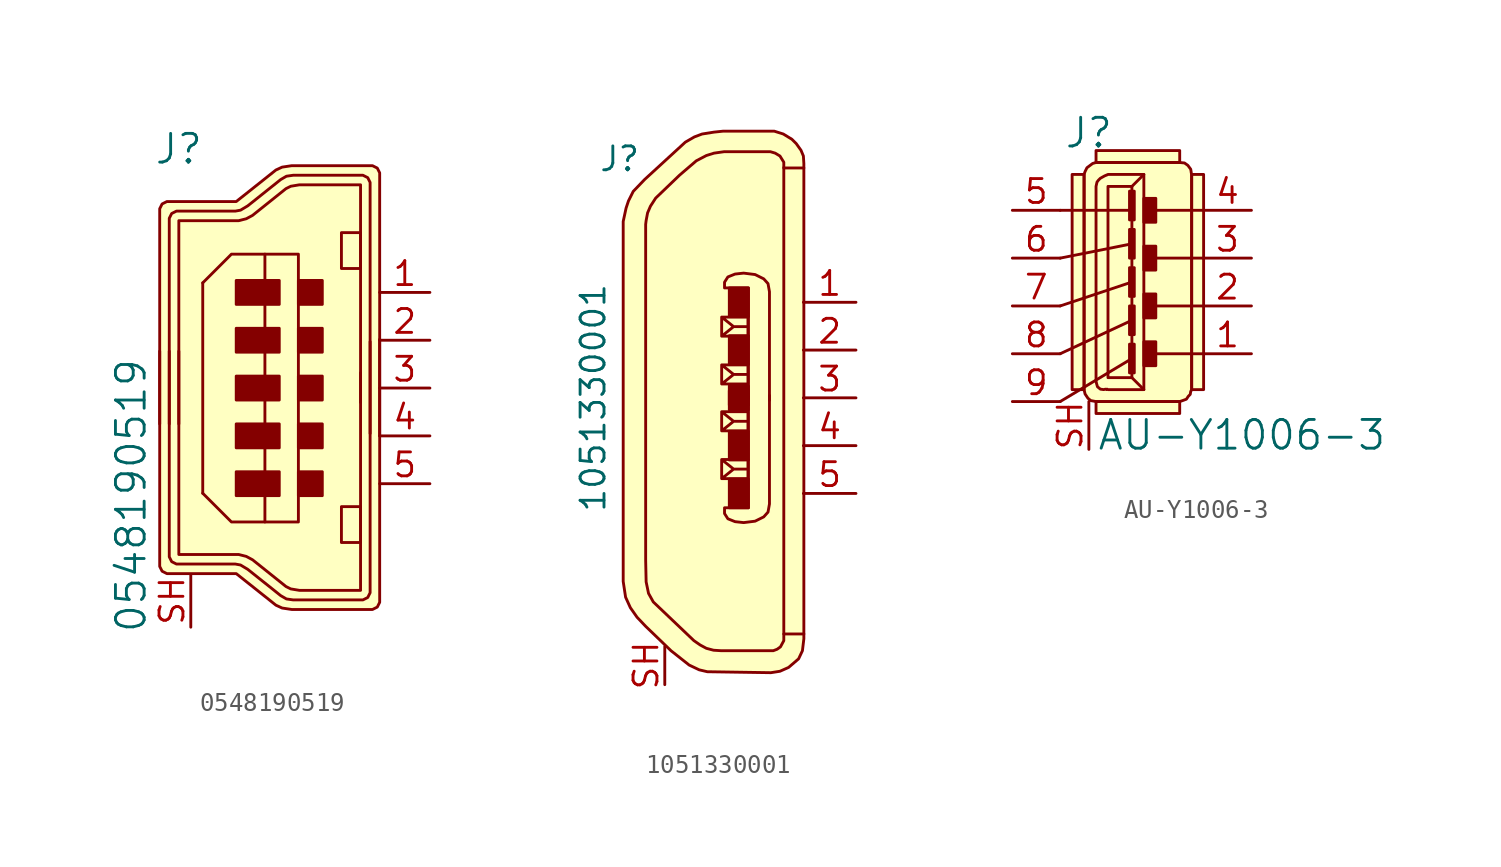
<source format=kicad_sym>
(kicad_symbol_lib
  (version 20201005)
  (generator kicad_symbol_editor)
  (symbol "0548190519"
    (pin_names
      (offset 1.016))
    (property "Reference" "J"
      (at -5.715 12.7 0)
      (effects (font (size 1.524 1.524))))
    (property "Value" "0548190519"
      (at -8.255 -5.715 90)
      (effects (font (size 1.524 1.524))))
    (symbol "0548190519_0_1"
      (rectangle (start -0.381 -5.715) (end -2.667 -4.445) (stroke (width 0)) (fill (type outline)))
      (rectangle (start -0.381 -3.175) (end -2.667 -1.905) (stroke (width 0)) (fill (type outline)))
      (rectangle (start -0.381 -0.635) (end -2.667 0.635) (stroke (width 0)) (fill (type outline)))
      (rectangle (start -0.381 1.905) (end -2.667 3.175) (stroke (width 0)) (fill (type outline)))
      (rectangle (start -0.381 4.445) (end -2.667 5.715) (stroke (width 0)) (fill (type outline)))
      (rectangle (start 0.635 -7.112) (end -1.143 7.112) (stroke (width 0)) (fill (type none)))
      (rectangle (start 1.905 -4.445) (end 0.635 -5.715) (stroke (width 0)) (fill (type outline)))
      (rectangle (start 1.905 -1.905) (end 0.635 -3.175) (stroke (width 0)) (fill (type outline)))
      (rectangle (start 1.905 0.635) (end 0.635 -0.635) (stroke (width 0)) (fill (type outline)))
      (rectangle (start 1.905 3.175) (end 0.635 1.905) (stroke (width 0)) (fill (type outline)))
      (rectangle (start 1.905 5.715) (end 0.635 4.445) (stroke (width 0)) (fill (type outline)))
      (rectangle (start 2.921 -8.204) (end 3.937 -6.299) (stroke (width 0)) (fill (type none)))
      (rectangle (start 2.921 8.255) (end 3.937 6.35) (stroke (width 0)) (fill (type none)))
      (polyline (pts (xy -4.445 5.588) (xy -4.445 -5.588)) (stroke (width 0)) (fill (type none)))
      (polyline (pts (xy -4.445 -5.588) (xy -2.921 -7.112) (xy -1.143 -7.112)) (stroke (width 0)) (fill (type none)))
      (polyline (pts (xy -4.445 5.588) (xy -2.921 7.112) (xy -1.143 7.112)) (stroke (width 0)) (fill (type none)))
      (polyline (pts (xy 3.937 -0.762) (xy 3.937 10.795) (xy 0.686 10.795) (xy 0.229 10.719) (xy -0.025 10.592) (xy -1.803 9.169) (xy -2.134 8.992) (xy -2.54 8.89) (xy -5.715 8.89) (xy -5.715 -1.905)) (stroke (width 0)) (fill (type none)))
      (polyline (pts (xy 3.937 0.813) (xy 3.937 -10.744) (xy 0.686 -10.744) (xy 0.229 -10.668) (xy -0.025 -10.541) (xy -1.803 -9.119) (xy -2.134 -8.941) (xy -2.54 -8.839) (xy -5.715 -8.839) (xy -5.715 1.956)) (stroke (width 0)) (fill (type none)))
      (polyline (pts (xy 4.953 -2.54) (xy 4.953 11.176) (xy 4.953 11.43) (xy 4.826 11.684) (xy 4.572 11.811) (xy 4.318 11.811) (xy 0.279 11.811) (xy -0.229 11.735) (xy -0.559 11.582) (xy -2.667 9.906) (xy -6.096 9.906) (xy -6.35 9.906) (xy -6.604 9.779) (xy -6.731 9.525) (xy -6.731 9.271) (xy -6.731 -1.905)) (stroke (width 0)) (fill (type background)))
      (polyline (pts (xy 4.953 2.591) (xy 4.953 -11.125) (xy 4.953 -11.379) (xy 4.826 -11.633) (xy 4.572 -11.76) (xy 4.318 -11.76) (xy 0.279 -11.76) (xy -0.229 -11.684) (xy -0.559 -11.532) (xy -2.667 -9.855) (xy -6.096 -9.855) (xy -6.35 -9.855) (xy -6.604 -9.728) (xy -6.731 -9.474) (xy -6.731 -9.22) (xy -6.731 1.956)) (stroke (width 0)) (fill (type background)))
      (polyline (pts (xy 4.445 -2.413) (xy 4.445 10.668) (xy 4.445 10.922) (xy 4.318 11.176) (xy 4.064 11.303) (xy 3.81 11.303) (xy 0.356 11.303) (xy 0 11.252) (xy -0.305 11.074) (xy -2.057 9.677) (xy -2.438 9.449) (xy -2.718 9.398) (xy -5.588 9.398) (xy -5.842 9.398) (xy -6.096 9.271) (xy -6.223 9.017) (xy -6.223 8.763) (xy -6.223 -1.905)) (stroke (width 0)) (fill (type none)))
      (polyline (pts (xy 4.445 2.464) (xy 4.445 -10.617) (xy 4.445 -10.871) (xy 4.318 -11.125) (xy 4.064 -11.252) (xy 3.81 -11.252) (xy 0.356 -11.252) (xy 0 -11.201) (xy -0.305 -11.024) (xy -2.057 -9.627) (xy -2.438 -9.398) (xy -2.718 -9.347) (xy -5.588 -9.347) (xy -5.842 -9.347) (xy -6.096 -9.22) (xy -6.223 -8.966) (xy -6.223 -8.712) (xy -6.223 1.956)) (stroke (width 0)) (fill (type none))))
    (symbol "0548190519_1_1"
      (pin passive line (at 7.62 5.08 180) (length 2.667) (name "~" (effects (font (size 1.27 1.27)))) (number "1" (effects (font (size 1.27 1.27)))))
      (pin passive line (at 7.62 2.54 180) (length 2.667) (name "~" (effects (font (size 1.27 1.27)))) (number "2" (effects (font (size 1.27 1.27)))))
      (pin passive line (at 7.62 0 180) (length 2.667) (name "~" (effects (font (size 1.27 1.27)))) (number "3" (effects (font (size 1.27 1.27)))))
      (pin passive line (at 7.62 -2.54 180) (length 2.667) (name "~" (effects (font (size 1.27 1.27)))) (number "4" (effects (font (size 1.27 1.27)))))
      (pin passive line (at 7.62 -5.08 180) (length 2.667) (name "~" (effects (font (size 1.27 1.27)))) (number "5" (effects (font (size 1.27 1.27)))))
      (pin passive line (at -5.08 -12.7 90) (length 2.794) (name "~" (effects (font (size 1.27 1.27)))) (number "SH" (effects (font (size 1.27 1.27)))))))
  (symbol "1051330001"
    (pin_names
      (offset 1.016))
    (property "Reference" "J"
      (at -3.81 12.7 0)
      (effects (font (size 1.27 1.27)) (justify right)))
    (property "Value" "1051330001"
      (at -6.35 0 90)
      (effects (font (size 1.27 1.27))))
    (symbol "1051330001_1_1"
      (rectangle (start 0.889 -4.318) (end 1.905 -5.842) (stroke (width 0)) (fill (type outline)))
      (rectangle (start 0.889 -3.302) (end 1.905 -1.778) (stroke (width 0)) (fill (type outline)))
      (rectangle (start 0.889 -0.635) (end 1.905 0.381) (stroke (width 0)) (fill (type outline)))
      (rectangle (start 0.889 0.635) (end 1.905 -0.381) (stroke (width 0)) (fill (type outline)))
      (rectangle (start 0.889 3.302) (end 1.905 1.778) (stroke (width 0)) (fill (type outline)))
      (rectangle (start 0.889 4.318) (end 1.905 5.842) (stroke (width 0)) (fill (type outline)))
      (polyline (pts (xy 3.785 12.243) (xy 3.785 -12.548)) (stroke (width 0)) (fill (type none)))
      (polyline (pts (xy 0.483 -4.293) (xy 0.483 -3.277) (xy 1.88 -3.277) (xy 1.88 -4.293) (xy 0.483 -4.293) (xy 1.118 -3.785) (xy 0.483 -3.277) (xy 1.88 -3.277) (xy 1.88 -3.785) (xy 1.118 -3.785)) (stroke (width 0)) (fill (type none)))
      (polyline (pts (xy 0.483 -1.753) (xy 0.483 -0.737) (xy 1.88 -0.737) (xy 1.88 -1.753) (xy 0.483 -1.753) (xy 1.118 -1.245) (xy 0.483 -0.737) (xy 1.88 -0.737) (xy 1.88 -1.245) (xy 1.118 -1.245)) (stroke (width 0)) (fill (type none)))
      (polyline (pts (xy 0.483 1.753) (xy 0.483 0.737) (xy 1.88 0.737) (xy 1.88 1.753) (xy 0.483 1.753) (xy 1.118 1.245) (xy 0.483 0.737) (xy 1.88 0.737) (xy 1.88 1.245) (xy 1.118 1.245)) (stroke (width 0)) (fill (type none)))
      (polyline (pts (xy 0.483 4.293) (xy 0.483 3.277) (xy 1.88 3.277) (xy 1.88 4.293) (xy 0.483 4.293) (xy 1.118 3.785) (xy 0.483 3.277) (xy 1.88 3.277) (xy 1.88 3.785) (xy 1.118 3.785)) (stroke (width 0)) (fill (type none)))
      (polyline (pts (xy 1.905 -0.025) (xy 1.905 5.842) (xy 0.635 5.842) (xy 0.635 6.147) (xy 0.813 6.426) (xy 1.194 6.579) (xy 1.651 6.629) (xy 2.261 6.553) (xy 2.718 6.325) (xy 2.946 6.071) (xy 3.023 5.639) (xy 3.023 4.801) (xy 3.023 -0.127)) (stroke (width 0)) (fill (type none)))
      (polyline (pts (xy 1.905 0.025) (xy 1.905 -5.842) (xy 0.635 -5.842) (xy 0.635 -6.147) (xy 0.813 -6.426) (xy 1.194 -6.579) (xy 1.651 -6.629) (xy 2.261 -6.553) (xy 2.718 -6.325) (xy 2.946 -6.071) (xy 3.023 -5.639) (xy 3.023 -4.801) (xy 3.023 0.127)) (stroke (width 0)) (fill (type none)))
      (polyline (pts (xy 4.851 -12.548) (xy 3.835 -12.548) (xy 3.785 -12.548) (xy 3.785 -12.903) (xy 3.607 -13.233) (xy 3.429 -13.36) (xy 3.226 -13.437) (xy 0.457 -13.437) (xy 0.051 -13.411) (xy -0.33 -13.31) (xy -0.66 -13.132) (xy -0.991 -12.903) (xy -3.15 -10.846) (xy -3.404 -10.389) (xy -3.531 -9.779) (xy -3.556 -8.636) (xy -3.556 9.22) (xy -3.531 9.423) (xy -3.454 9.83) (xy -3.302 10.185) (xy -3.023 10.617) (xy -1.753 11.836) (xy -0.864 12.598) (xy -0.33 12.878) (xy 0.076 13.005) (xy 0.61 13.081) (xy 3.073 13.081) (xy 3.327 13.005) (xy 3.581 12.852) (xy 3.785 12.522) (xy 3.785 12.217) (xy 4.851 12.217)) (stroke (width 0)) (fill (type none)))
      (polyline (pts (xy 4.851 -11.481) (xy 4.851 -12.802) (xy 4.775 -13.437) (xy 4.572 -13.868) (xy 4.039 -14.326) (xy 3.581 -14.529) (xy 3.099 -14.605) (xy -0.279 -14.554) (xy -0.711 -14.453) (xy -1.245 -14.199) (xy -2.21 -13.437) (xy -3.556 -12.141) (xy -4.013 -11.659) (xy -4.369 -11.151) (xy -4.623 -10.592) (xy -4.75 -9.754) (xy -4.75 9.373) (xy -4.597 10.084) (xy -4.47 10.465) (xy -4.216 10.973) (xy -3.607 11.608) (xy -1.448 13.589) (xy -0.965 13.868) (xy -0.559 14.021) (xy 0.076 14.122) (xy 0.559 14.173) (xy 3.277 14.173) (xy 3.759 14.021) (xy 4.216 13.741) (xy 4.445 13.513) (xy 4.699 13.157) (xy 4.826 12.852) (xy 4.851 12.446) (xy 4.851 -11.506)) (stroke (width 0)) (fill (type background)))
      (pin passive line (at 7.62 5.08 180) (length 2.794) (name "~" (effects (font (size 1.27 1.27)))) (number "1" (effects (font (size 1.27 1.27)))))
      (pin passive line (at 7.62 2.54 180) (length 2.794) (name "~" (effects (font (size 1.27 1.27)))) (number "2" (effects (font (size 1.27 1.27)))))
      (pin passive line (at 7.62 0 180) (length 2.794) (name "~" (effects (font (size 1.27 1.27)))) (number "3" (effects (font (size 1.27 1.27)))))
      (pin passive line (at 7.62 -2.54 180) (length 2.794) (name "~" (effects (font (size 1.27 1.27)))) (number "4" (effects (font (size 1.27 1.27)))))
      (pin passive line (at 7.62 -5.08 180) (length 2.794) (name "~" (effects (font (size 1.27 1.27)))) (number "5" (effects (font (size 1.27 1.27)))))
      (pin passive line (at -2.54 -15.24 90) (length 2.032) (name "~" (effects (font (size 1.27 1.27)))) (number "SH" (effects (font (size 1.27 1.27)))))))
  (symbol "AU-Y1006-3"
    (pin_names
      (offset 1.016))
    (property "Reference" "J"
      (at -1.016 9.195 0)
      (effects (font (size 1.524 1.524))))
    (property "Value" "AU-Y1006-3"
      (at 7.112 -6.858 0)
      (effects (font (size 1.524 1.524))))
    (symbol "AU-Y1006-3_0_1"
      (rectangle (start -1.27 -4.445) (end -1.905 6.985) (stroke (width 0)) (fill (type background)))
      (rectangle (start 1.27 6.35) (end 0 -3.81) (stroke (width 0)) (fill (type none)))
      (rectangle (start 1.397 -3.556) (end 1.143 -2.032) (stroke (width 0)) (fill (type outline)))
      (rectangle (start 1.397 -1.524) (end 1.143 0) (stroke (width 0)) (fill (type outline)))
      (rectangle (start 1.397 0.508) (end 1.143 2.032) (stroke (width 0)) (fill (type outline)))
      (rectangle (start 1.397 2.54) (end 1.143 4.064) (stroke (width 0)) (fill (type outline)))
      (rectangle (start 1.397 4.572) (end 1.143 6.096) (stroke (width 0)) (fill (type outline)))
      (rectangle (start 2.54 -1.905) (end 1.905 -3.175) (stroke (width 0)) (fill (type outline)))
      (rectangle (start 2.54 0.635) (end 1.905 -0.635) (stroke (width 0)) (fill (type outline)))
      (rectangle (start 2.54 3.175) (end 1.905 1.905) (stroke (width 0)) (fill (type outline)))
      (rectangle (start 2.54 4.445) (end 1.905 5.715) (stroke (width 0)) (fill (type outline)))
      (rectangle (start 3.81 -5.08) (end -0.635 -5.715) (stroke (width 0)) (fill (type background)))
      (rectangle (start 3.81 7.62) (end -0.635 8.255) (stroke (width 0)) (fill (type background)))
      (rectangle (start 4.445 6.985) (end 5.08 -4.445) (stroke (width 0)) (fill (type background)))
      (polyline (pts (xy -2.54 -5.08) (xy 1.27 -2.794)) (stroke (width 0)) (fill (type none)))
      (polyline (pts (xy -2.54 -2.54) (xy 1.27 -0.762)) (stroke (width 0)) (fill (type none)))
      (polyline (pts (xy -2.54 0) (xy 1.27 1.27)) (stroke (width 0)) (fill (type none)))
      (polyline (pts (xy -2.54 2.54) (xy 1.27 3.302)) (stroke (width 0)) (fill (type none)))
      (polyline (pts (xy -2.54 5.08) (xy 1.27 5.08)) (stroke (width 0)) (fill (type none)))
      (polyline (pts (xy 1.27 -3.81) (xy 1.905 -4.445)) (stroke (width 0)) (fill (type none)))
      (polyline (pts (xy 1.27 6.35) (xy 1.905 6.985)) (stroke (width 0)) (fill (type none)))
      (polyline (pts (xy 5.08 -2.54) (xy 2.54 -2.54)) (stroke (width 0)) (fill (type none)))
      (polyline (pts (xy 5.08 0) (xy 2.54 0)) (stroke (width 0)) (fill (type none)))
      (polyline (pts (xy 5.08 2.54) (xy 2.54 2.54)) (stroke (width 0)) (fill (type none)))
      (polyline (pts (xy 5.08 5.08) (xy 2.54 5.08)) (stroke (width 0)) (fill (type none)))
      (polyline (pts (xy -0.635 6.35) (xy -0.635 -3.81) (xy -0.635 -3.988) (xy -0.61 -4.115) (xy -0.559 -4.293) (xy -0.406 -4.42) (xy -0.229 -4.445) (xy -0.127 -4.42) (xy -0.076 -4.445) (xy -0.051 -4.42) (xy 0 -4.445) (xy 1.905 -4.445) (xy 1.905 6.985) (xy 0 6.985) (xy -0.178 6.909) (xy -0.406 6.782) (xy -0.508 6.68) (xy -0.584 6.579) (xy -0.635 6.35)) (stroke (width 0)) (fill (type none)))
      (polyline (pts (xy -0.635 -5.08) (xy 3.81 -5.08) (xy 3.962 -5.029) (xy 4.166 -4.953) (xy 4.267 -4.801) (xy 4.369 -4.699) (xy 4.394 -4.547) (xy 4.445 -4.445) (xy 4.445 6.985) (xy 4.42 7.087) (xy 4.42 7.112) (xy 4.394 7.264) (xy 4.242 7.468) (xy 4.064 7.595) (xy 3.81 7.62) (xy -0.635 7.62) (xy -0.813 7.569) (xy -1.118 7.341) (xy -1.219 7.137) (xy -1.27 6.985) (xy -1.27 -4.445) (xy -1.219 -4.674) (xy -1.067 -4.902) (xy -0.914 -5.029) (xy -0.635 -5.08)) (stroke (width 0)) (fill (type background))))
    (symbol "AU-Y1006-3_1_1"
      (pin passive line (at 7.62 -2.54 180) (length 2.54) (name "~" (effects (font (size 1.27 1.27)))) (number "1" (effects (font (size 1.27 1.27)))))
      (pin passive line (at 7.62 0 180) (length 2.54) (name "~" (effects (font (size 1.27 1.27)))) (number "2" (effects (font (size 1.27 1.27)))))
      (pin passive line (at 7.62 2.54 180) (length 2.54) (name "~" (effects (font (size 1.27 1.27)))) (number "3" (effects (font (size 1.27 1.27)))))
      (pin passive line (at 7.62 5.08 180) (length 2.54) (name "~" (effects (font (size 1.27 1.27)))) (number "4" (effects (font (size 1.27 1.27)))))
      (pin passive line (at -5.08 5.08 0) (length 2.54) (name "~" (effects (font (size 1.27 1.27)))) (number "5" (effects (font (size 1.27 1.27)))))
      (pin passive line (at -5.08 2.54 0) (length 2.54) (name "~" (effects (font (size 1.27 1.27)))) (number "6" (effects (font (size 1.27 1.27)))))
      (pin passive line (at -5.08 0 0) (length 2.54) (name "~" (effects (font (size 1.27 1.27)))) (number "7" (effects (font (size 1.27 1.27)))))
      (pin passive line (at -5.08 -2.54 0) (length 2.54) (name "~" (effects (font (size 1.27 1.27)))) (number "8" (effects (font (size 1.27 1.27)))))
      (pin passive line (at -5.08 -5.08 0) (length 2.54) (name "~" (effects (font (size 1.27 1.27)))) (number "9" (effects (font (size 1.27 1.27)))))
      (pin passive line (at -1.016 -7.62 90) (length 2.54) (name "~" (effects (font (size 1.27 1.27)))) (number "SH" (effects (font (size 1.27 1.27))))))))
</source>
